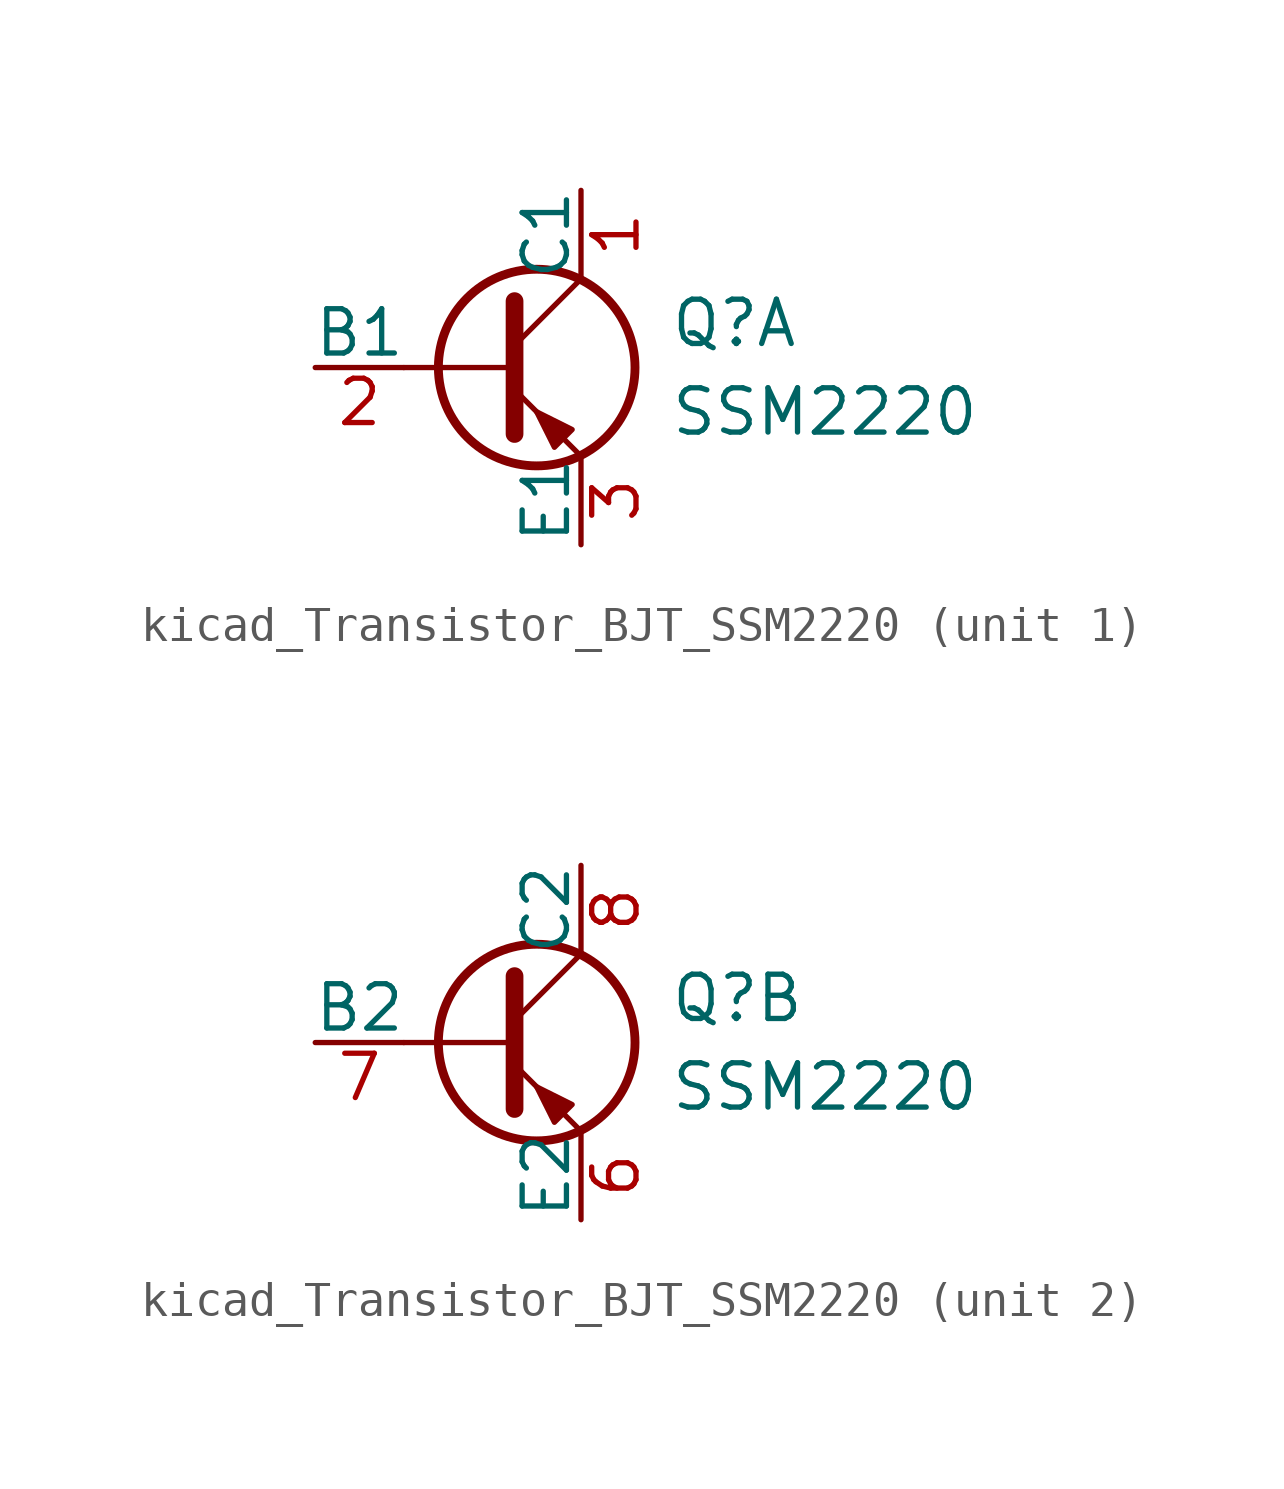
<source format=kicad_sym>
(kicad_symbol_lib
  (version 20220914)
  (generator kicad_symbol_editor)
  (symbol "kicad_Transistor_BJT_SSM2220"
    (pin_names
      (offset 0))
    (property "Reference" "Q"
      (at 5.08 1.27 0)
      (effects (font (size 1.27 1.27)) (justify left)))
    (property "Value" "SSM2220"
      (at 5.08 -1.27 0)
      (effects (font (size 1.27 1.27)) (justify left)))
    (symbol "kicad_Transistor_BJT_SSM2220_0_1"
      (polyline (pts (xy 0.635 0) (xy -2.54 0)) (stroke (width 0) (type default)) (fill (type none)))
      (polyline (pts (xy 0.635 0.635) (xy 2.54 2.54)) (stroke (width 0) (type default)) (fill (type none)))
      (polyline (pts (xy 0.635 -0.635) (xy 2.54 -2.54) (xy 2.54 -2.54)) (stroke (width 0) (type default)) (fill (type none)))
      (polyline (pts (xy 0.635 1.905) (xy 0.635 -1.905) (xy 0.635 -1.905)) (stroke (width 0.508) (type default)) (fill (type none)))
      (polyline (pts (xy 2.286 -1.778) (xy 1.778 -2.286) (xy 1.27 -1.27) (xy 2.286 -1.778) (xy 2.286 -1.778)) (stroke (width 0) (type default)) (fill (type outline)))
      (circle (center 1.27 0) (radius 2.819) (stroke (width 0.254) (type default)) (fill (type none))))
    (symbol "kicad_Transistor_BJT_SSM2220_1_1"
      (pin passive line (at 2.54 5.08 270) (length 2.54) (name "C1" (effects (font (size 1.27 1.27)))) (number "1" (effects (font (size 1.27 1.27)))))
      (pin input line (at -5.08 0 0) (length 2.54) (name "B1" (effects (font (size 1.27 1.27)))) (number "2" (effects (font (size 1.27 1.27)))))
      (pin passive line (at 2.54 -5.08 90) (length 2.54) (name "E1" (effects (font (size 1.27 1.27)))) (number "3" (effects (font (size 1.27 1.27))))))
    (symbol "kicad_Transistor_BJT_SSM2220_2_1"
      (pin passive line (at 2.54 -5.08 90) (length 2.54) (name "E2" (effects (font (size 1.27 1.27)))) (number "6" (effects (font (size 1.27 1.27)))))
      (pin input line (at -5.08 0 0) (length 2.54) (name "B2" (effects (font (size 1.27 1.27)))) (number "7" (effects (font (size 1.27 1.27)))))
      (pin passive line (at 2.54 5.08 270) (length 2.54) (name "C2" (effects (font (size 1.27 1.27)))) (number "8" (effects (font (size 1.27 1.27))))))))
</source>
